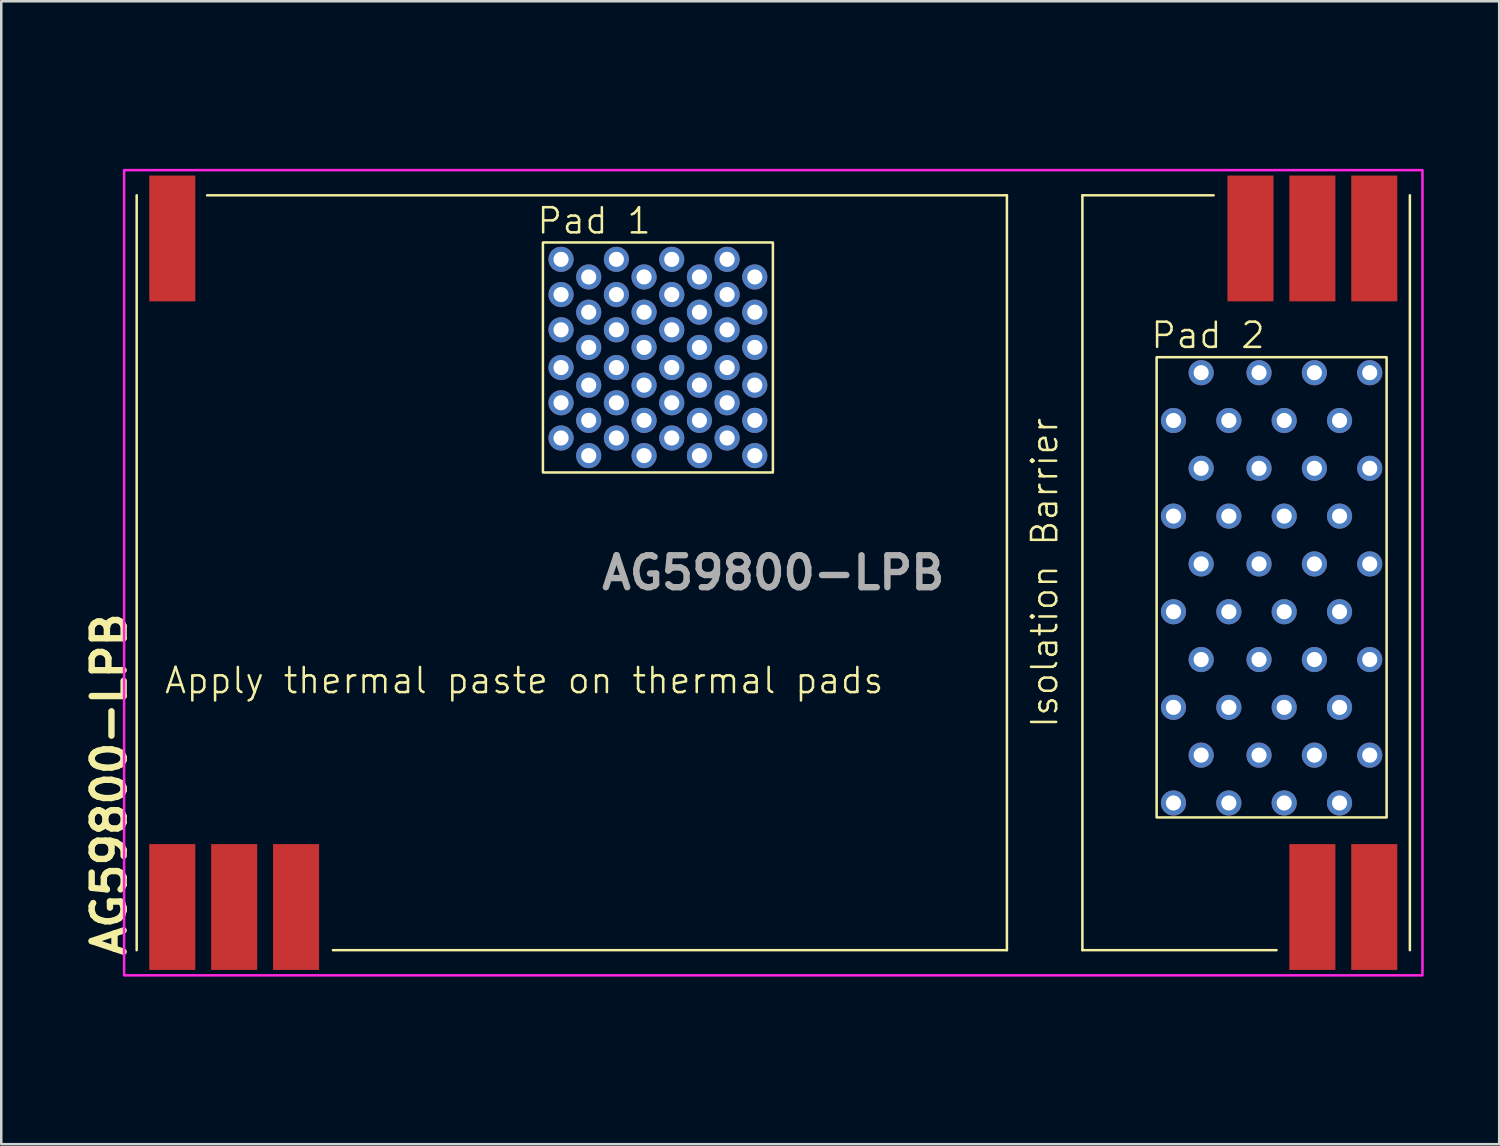
<source format=kicad_pcb>
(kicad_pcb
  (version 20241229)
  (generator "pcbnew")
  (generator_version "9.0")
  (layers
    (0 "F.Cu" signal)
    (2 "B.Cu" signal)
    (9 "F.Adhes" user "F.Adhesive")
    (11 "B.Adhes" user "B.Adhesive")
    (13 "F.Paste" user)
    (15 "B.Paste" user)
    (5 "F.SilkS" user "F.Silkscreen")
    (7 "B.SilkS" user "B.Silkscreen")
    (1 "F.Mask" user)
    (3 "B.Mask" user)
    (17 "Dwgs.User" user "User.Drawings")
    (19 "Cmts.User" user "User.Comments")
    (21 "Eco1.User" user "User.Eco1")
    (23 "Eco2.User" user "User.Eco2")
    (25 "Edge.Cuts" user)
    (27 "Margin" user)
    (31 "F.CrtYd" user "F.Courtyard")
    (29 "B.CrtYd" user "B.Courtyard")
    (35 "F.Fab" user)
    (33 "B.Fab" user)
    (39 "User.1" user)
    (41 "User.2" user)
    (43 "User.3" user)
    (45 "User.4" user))
  (footprint "AG59800-LPB"
    (layer "F.Cu")
    (at 27.682 19.712)
    (property "Reference" "AG59800-LPB" (at -25.65 15.35 90) (layer "F.SilkS") (effects (font (size 1.27 1.27) (thickness 0.254)) (justify left bottom)))
    (attr through_hole)
    (fp_line (start -25.3 15) (end -25.3 -15) (stroke (width 0.1) (type default)) (layer "F.SilkS"))
    (fp_line (start -22.5 -15) (end 9.285 -15) (stroke (width 0.1) (type default)) (layer "F.SilkS"))
    (fp_line (start 9.285 15) (end -17.5 15) (stroke (width 0.1) (type default)) (layer "F.SilkS"))
    (fp_line (start 9.285 15) (end 9.285 -15) (stroke (width 0.1) (type default)) (layer "F.SilkS"))
    (fp_line (start 12.285 -15) (end 12.285 15) (stroke (width 0.1) (type default)) (layer "F.SilkS"))
    (fp_line (start 12.285 -15) (end 17.5 -15) (stroke (width 0.1) (type default)) (layer "F.SilkS"))
    (fp_line (start 20 15) (end 12.285 15) (stroke (width 0.1) (type default)) (layer "F.SilkS"))
    (fp_line (start 25.3 -15) (end 25.3 15) (stroke (width 0.1) (type default)) (layer "F.SilkS"))
    (fp_rect (start -9.155 -13.125) (end -0.015 -3.985) (stroke (width 0.1) (type solid)) (fill no) (layer "F.SilkS"))
    (fp_rect (start 15.235 -8.565) (end 24.375 9.725) (stroke (width 0.1) (type solid)) (fill no) (layer "F.SilkS"))
    (fp_rect (start -25.8 -16) (end 25.8 16) (stroke (width 0.1) (type solid)) (fill no) (layer "F.CrtYd"))
    (fp_text user "Apply thermal paste on thermal pads" (at -24.25 3.7 0) (unlocked yes) (layer "F.SilkS") (effects (font (size 1 1) (thickness 0.1)) (justify left top)))
    (fp_text user "Pad 2" (at 14.95 -8.85 0) (unlocked yes) (layer "F.SilkS") (effects (font (size 1 1) (thickness 0.1)) (justify left bottom)))
    (fp_text user "Pad 1" (at -9.45 -13.4 0) (unlocked yes) (layer "F.SilkS") (effects (font (size 1 1) (thickness 0.1)) (justify left bottom)))
    (fp_text user "Isolation Barrier" (at 10.785 0 90) (unlocked yes) (layer "F.SilkS") (effects (font (size 1 1) (thickness 0.1))))
    (fp_text user "${REFERENCE}" (at 0 0 0) (layer "F.Fab") (effects (font (size 1.27 1.27) (thickness 0.254))))
    (pad "1" smd rect (at -23.885 13.285 90) (size 5 1.83) (property pad_prop_heatsink) (layers "F.Cu" "F.Mask" "F.Paste"))
    (pad "2" smd rect (at -21.425 13.285 90) (size 5 1.83) (property pad_prop_heatsink) (layers "F.Cu" "F.Mask" "F.Paste"))
    (pad "3" smd rect (at -18.965 13.285 90) (size 5 1.83) (property pad_prop_heatsink) (layers "F.Cu" "F.Mask" "F.Paste"))
    (pad "4" smd rect (at 21.425 13.285 90) (size 5 1.83) (property pad_prop_heatsink) (layers "F.Cu" "F.Mask" "F.Paste"))
    (pad "5" smd rect (at 23.885 13.285 90) (size 5 1.83) (property pad_prop_heatsink) (layers "F.Cu" "F.Mask" "F.Paste"))
    (pad "6" smd rect (at 23.885 -13.285 90) (size 5 1.83) (property pad_prop_heatsink) (layers "F.Cu" "F.Mask" "F.Paste"))
    (pad "7" smd rect (at 21.425 -13.285 90) (size 5 1.83) (property pad_prop_heatsink) (layers "F.Cu" "F.Mask" "F.Paste"))
    (pad "8" smd rect (at 18.965 -13.285 90) (size 5 1.83) (property pad_prop_heatsink) (layers "F.Cu" "F.Mask" "F.Paste"))
    (pad "9" smd rect (at -23.885 -13.285 90) (size 5 1.83) (property pad_prop_heatsink) (layers "F.Cu" "F.Mask" "F.Paste"))
    (pad "10" thru_hole circle (at -8.435 -12.455) (size 1 1) (drill 0.6) (property pad_prop_heatsink) (layers "*.Cu" "*.Mask"))
    (pad "10" thru_hole circle (at -8.435 -11.055) (size 1 1) (drill 0.6) (property pad_prop_heatsink) (layers "*.Cu" "*.Mask"))
    (pad "10" thru_hole circle (at -8.435 -9.655) (size 1 1) (drill 0.6) (property pad_prop_heatsink) (layers "*.Cu" "*.Mask"))
    (pad "10" thru_hole circle (at -8.435 -8.155) (size 1 1) (drill 0.6) (property pad_prop_heatsink) (layers "*.Cu" "*.Mask"))
    (pad "10" thru_hole circle (at -8.435 -6.755) (size 1 1) (drill 0.6) (property pad_prop_heatsink) (layers "*.Cu" "*.Mask"))
    (pad "10" thru_hole circle (at -8.435 -5.355) (size 1 1) (drill 0.6) (property pad_prop_heatsink) (layers "*.Cu" "*.Mask"))
    (pad "10" thru_hole circle (at -7.335 -11.755) (size 1 1) (drill 0.6) (property pad_prop_heatsink) (layers "*.Cu" "*.Mask"))
    (pad "10" thru_hole circle (at -7.335 -10.355) (size 1 1) (drill 0.6) (property pad_prop_heatsink) (layers "*.Cu" "*.Mask"))
    (pad "10" thru_hole circle (at -7.335 -8.955) (size 1 1) (drill 0.6) (property pad_prop_heatsink) (layers "*.Cu" "*.Mask"))
    (pad "10" thru_hole circle (at -7.335 -7.455) (size 1 1) (drill 0.6) (property pad_prop_heatsink) (layers "*.Cu" "*.Mask"))
    (pad "10" thru_hole circle (at -7.335 -6.055) (size 1 1) (drill 0.6) (property pad_prop_heatsink) (layers "*.Cu" "*.Mask"))
    (pad "10" thru_hole circle (at -7.335 -4.655) (size 1 1) (drill 0.6) (property pad_prop_heatsink) (layers "*.Cu" "*.Mask"))
    (pad "10" thru_hole circle (at -6.235 -12.455) (size 1 1) (drill 0.6) (property pad_prop_heatsink) (layers "*.Cu" "*.Mask"))
    (pad "10" thru_hole circle (at -6.235 -11.055) (size 1 1) (drill 0.6) (property pad_prop_heatsink) (layers "*.Cu" "*.Mask"))
    (pad "10" thru_hole circle (at -6.235 -9.655) (size 1 1) (drill 0.6) (property pad_prop_heatsink) (layers "*.Cu" "*.Mask"))
    (pad "10" thru_hole circle (at -6.235 -8.155) (size 1 1) (drill 0.6) (property pad_prop_heatsink) (layers "*.Cu" "*.Mask"))
    (pad "10" thru_hole circle (at -6.235 -6.755) (size 1 1) (drill 0.6) (property pad_prop_heatsink) (layers "*.Cu" "*.Mask"))
    (pad "10" thru_hole circle (at -6.235 -5.355) (size 1 1) (drill 0.6) (property pad_prop_heatsink) (layers "*.Cu" "*.Mask"))
    (pad "10" thru_hole circle (at -5.135 -11.755) (size 1 1) (drill 0.6) (property pad_prop_heatsink) (layers "*.Cu" "*.Mask"))
    (pad "10" thru_hole circle (at -5.135 -10.355) (size 1 1) (drill 0.6) (property pad_prop_heatsink) (layers "*.Cu" "*.Mask"))
    (pad "10" thru_hole circle (at -5.135 -8.955) (size 1 1) (drill 0.6) (property pad_prop_heatsink) (layers "*.Cu" "*.Mask"))
    (pad "10" thru_hole circle (at -5.135 -7.455) (size 1 1) (drill 0.6) (property pad_prop_heatsink) (layers "*.Cu" "*.Mask"))
    (pad "10" thru_hole circle (at -5.135 -6.055) (size 1 1) (drill 0.6) (property pad_prop_heatsink) (layers "*.Cu" "*.Mask"))
    (pad "10" thru_hole circle (at -5.135 -4.655) (size 1 1) (drill 0.6) (property pad_prop_heatsink) (layers "*.Cu" "*.Mask"))
    (pad "10" thru_hole circle (at -4.035 -12.455) (size 1 1) (drill 0.6) (property pad_prop_heatsink) (layers "*.Cu" "*.Mask"))
    (pad "10" thru_hole circle (at -4.035 -11.055) (size 1 1) (drill 0.6) (property pad_prop_heatsink) (layers "*.Cu" "*.Mask"))
    (pad "10" thru_hole circle (at -4.035 -9.655) (size 1 1) (drill 0.6) (property pad_prop_heatsink) (layers "*.Cu" "*.Mask"))
    (pad "10" thru_hole circle (at -4.035 -8.155) (size 1 1) (drill 0.6) (property pad_prop_heatsink) (layers "*.Cu" "*.Mask"))
    (pad "10" thru_hole circle (at -4.035 -6.755) (size 1 1) (drill 0.6) (property pad_prop_heatsink) (layers "*.Cu" "*.Mask"))
    (pad "10" thru_hole circle (at -4.035 -5.355) (size 1 1) (drill 0.6) (property pad_prop_heatsink) (layers "*.Cu" "*.Mask"))
    (pad "10" thru_hole circle (at -2.935 -11.755) (size 1 1) (drill 0.6) (property pad_prop_heatsink) (layers "*.Cu" "*.Mask"))
    (pad "10" thru_hole circle (at -2.935 -10.355) (size 1 1) (drill 0.6) (property pad_prop_heatsink) (layers "*.Cu" "*.Mask"))
    (pad "10" thru_hole circle (at -2.935 -8.955) (size 1 1) (drill 0.6) (property pad_prop_heatsink) (layers "*.Cu" "*.Mask"))
    (pad "10" thru_hole circle (at -2.935 -7.455) (size 1 1) (drill 0.6) (property pad_prop_heatsink) (layers "*.Cu" "*.Mask"))
    (pad "10" thru_hole circle (at -2.935 -6.055) (size 1 1) (drill 0.6) (property pad_prop_heatsink) (layers "*.Cu" "*.Mask"))
    (pad "10" thru_hole circle (at -2.935 -4.655) (size 1 1) (drill 0.6) (property pad_prop_heatsink) (layers "*.Cu" "*.Mask"))
    (pad "10" thru_hole circle (at -1.835 -12.455) (size 1 1) (drill 0.6) (property pad_prop_heatsink) (layers "*.Cu" "*.Mask"))
    (pad "10" thru_hole circle (at -1.835 -11.055) (size 1 1) (drill 0.6) (property pad_prop_heatsink) (layers "*.Cu" "*.Mask"))
    (pad "10" thru_hole circle (at -1.835 -9.655) (size 1 1) (drill 0.6) (property pad_prop_heatsink) (layers "*.Cu" "*.Mask"))
    (pad "10" thru_hole circle (at -1.835 -8.155) (size 1 1) (drill 0.6) (property pad_prop_heatsink) (layers "*.Cu" "*.Mask"))
    (pad "10" thru_hole circle (at -1.835 -6.755) (size 1 1) (drill 0.6) (property pad_prop_heatsink) (layers "*.Cu" "*.Mask"))
    (pad "10" thru_hole circle (at -1.835 -5.355) (size 1 1) (drill 0.6) (property pad_prop_heatsink) (layers "*.Cu" "*.Mask"))
    (pad "10" thru_hole circle (at -0.735 -11.755) (size 1 1) (drill 0.6) (property pad_prop_heatsink) (layers "*.Cu" "*.Mask"))
    (pad "10" thru_hole circle (at -0.735 -10.355) (size 1 1) (drill 0.6) (property pad_prop_heatsink) (layers "*.Cu" "*.Mask"))
    (pad "10" thru_hole circle (at -0.735 -8.955) (size 1 1) (drill 0.6) (property pad_prop_heatsink) (layers "*.Cu" "*.Mask"))
    (pad "10" thru_hole circle (at -0.735 -7.455) (size 1 1) (drill 0.6) (property pad_prop_heatsink) (layers "*.Cu" "*.Mask"))
    (pad "10" thru_hole circle (at -0.735 -6.055) (size 1 1) (drill 0.6) (property pad_prop_heatsink) (layers "*.Cu" "*.Mask"))
    (pad "10" thru_hole circle (at -0.735 -4.655) (size 1 1) (drill 0.6) (property pad_prop_heatsink) (layers "*.Cu" "*.Mask"))
    (pad "11" thru_hole circle (at 15.905 -6.05) (size 1 1) (drill 0.6) (property pad_prop_heatsink) (layers "*.Cu" "*.Mask"))
    (pad "11" thru_hole circle (at 15.905 -2.25) (size 1 1) (drill 0.6) (property pad_prop_heatsink) (layers "*.Cu" "*.Mask"))
    (pad "11" thru_hole circle (at 15.905 1.55) (size 1 1) (drill 0.6) (property pad_prop_heatsink) (layers "*.Cu" "*.Mask"))
    (pad "11" thru_hole circle (at 15.905 5.35) (size 1 1) (drill 0.6) (property pad_prop_heatsink) (layers "*.Cu" "*.Mask"))
    (pad "11" thru_hole circle (at 15.905 9.15) (size 1 1) (drill 0.6) (property pad_prop_heatsink) (layers "*.Cu" "*.Mask"))
    (pad "11" thru_hole circle (at 17.005 -7.95) (size 1 1) (drill 0.6) (property pad_prop_heatsink) (layers "*.Cu" "*.Mask"))
    (pad "11" thru_hole circle (at 17.005 -4.15) (size 1 1) (drill 0.6) (property pad_prop_heatsink) (layers "*.Cu" "*.Mask"))
    (pad "11" thru_hole circle (at 17.005 -0.35) (size 1 1) (drill 0.6) (property pad_prop_heatsink) (layers "*.Cu" "*.Mask"))
    (pad "11" thru_hole circle (at 17.005 3.45) (size 1 1) (drill 0.6) (property pad_prop_heatsink) (layers "*.Cu" "*.Mask"))
    (pad "11" thru_hole circle (at 17.005 7.25) (size 1 1) (drill 0.6) (property pad_prop_heatsink) (layers "*.Cu" "*.Mask"))
    (pad "11" thru_hole circle (at 18.105 -6.05) (size 1 1) (drill 0.6) (property pad_prop_heatsink) (layers "*.Cu" "*.Mask"))
    (pad "11" thru_hole circle (at 18.105 -2.25) (size 1 1) (drill 0.6) (property pad_prop_heatsink) (layers "*.Cu" "*.Mask"))
    (pad "11" thru_hole circle (at 18.105 1.55) (size 1 1) (drill 0.6) (property pad_prop_heatsink) (layers "*.Cu" "*.Mask"))
    (pad "11" thru_hole circle (at 18.105 5.35) (size 1 1) (drill 0.6) (property pad_prop_heatsink) (layers "*.Cu" "*.Mask"))
    (pad "11" thru_hole circle (at 18.105 9.15) (size 1 1) (drill 0.6) (property pad_prop_heatsink) (layers "*.Cu" "*.Mask"))
    (pad "11" thru_hole circle (at 19.305 -7.95) (size 1 1) (drill 0.6) (property pad_prop_heatsink) (layers "*.Cu" "*.Mask"))
    (pad "11" thru_hole circle (at 19.305 -4.15) (size 1 1) (drill 0.6) (property pad_prop_heatsink) (layers "*.Cu" "*.Mask"))
    (pad "11" thru_hole circle (at 19.305 -0.35) (size 1 1) (drill 0.6) (property pad_prop_heatsink) (layers "*.Cu" "*.Mask"))
    (pad "11" thru_hole circle (at 19.305 3.45) (size 1 1) (drill 0.6) (property pad_prop_heatsink) (layers "*.Cu" "*.Mask"))
    (pad "11" thru_hole circle (at 19.305 7.25) (size 1 1) (drill 0.6) (property pad_prop_heatsink) (layers "*.Cu" "*.Mask"))
    (pad "11" thru_hole circle (at 20.305 -6.05) (size 1 1) (drill 0.6) (property pad_prop_heatsink) (layers "*.Cu" "*.Mask"))
    (pad "11" thru_hole circle (at 20.305 -2.25) (size 1 1) (drill 0.6) (property pad_prop_heatsink) (layers "*.Cu" "*.Mask"))
    (pad "11" thru_hole circle (at 20.305 1.55) (size 1 1) (drill 0.6) (property pad_prop_heatsink) (layers "*.Cu" "*.Mask"))
    (pad "11" thru_hole circle (at 20.305 5.35) (size 1 1) (drill 0.6) (property pad_prop_heatsink) (layers "*.Cu" "*.Mask"))
    (pad "11" thru_hole circle (at 20.305 9.15) (size 1 1) (drill 0.6) (property pad_prop_heatsink) (layers "*.Cu" "*.Mask"))
    (pad "11" thru_hole circle (at 21.505 -7.95) (size 1 1) (drill 0.6) (property pad_prop_heatsink) (layers "*.Cu" "*.Mask"))
    (pad "11" thru_hole circle (at 21.505 -4.15) (size 1 1) (drill 0.6) (property pad_prop_heatsink) (layers "*.Cu" "*.Mask"))
    (pad "11" thru_hole circle (at 21.505 -0.35) (size 1 1) (drill 0.6) (property pad_prop_heatsink) (layers "*.Cu" "*.Mask"))
    (pad "11" thru_hole circle (at 21.505 3.45) (size 1 1) (drill 0.6) (property pad_prop_heatsink) (layers "*.Cu" "*.Mask"))
    (pad "11" thru_hole circle (at 21.505 7.25) (size 1 1) (drill 0.6) (property pad_prop_heatsink) (layers "*.Cu" "*.Mask"))
    (pad "11" thru_hole circle (at 22.505 -6.05) (size 1 1) (drill 0.6) (property pad_prop_heatsink) (layers "*.Cu" "*.Mask"))
    (pad "11" thru_hole circle (at 22.505 -2.25) (size 1 1) (drill 0.6) (property pad_prop_heatsink) (layers "*.Cu" "*.Mask"))
    (pad "11" thru_hole circle (at 22.505 1.55) (size 1 1) (drill 0.6) (property pad_prop_heatsink) (layers "*.Cu" "*.Mask"))
    (pad "11" thru_hole circle (at 22.505 5.35) (size 1 1) (drill 0.6) (property pad_prop_heatsink) (layers "*.Cu" "*.Mask"))
    (pad "11" thru_hole circle (at 22.505 9.15) (size 1 1) (drill 0.6) (property pad_prop_heatsink) (layers "*.Cu" "*.Mask"))
    (pad "11" thru_hole circle (at 23.705 -7.95) (size 1 1) (drill 0.6) (property pad_prop_heatsink) (layers "*.Cu" "*.Mask"))
    (pad "11" thru_hole circle (at 23.705 -4.15) (size 1 1) (drill 0.6) (property pad_prop_heatsink) (layers "*.Cu" "*.Mask"))
    (pad "11" thru_hole circle (at 23.705 -0.35) (size 1 1) (drill 0.6) (property pad_prop_heatsink) (layers "*.Cu" "*.Mask"))
    (pad "11" thru_hole circle (at 23.705 3.45) (size 1 1) (drill 0.6) (property pad_prop_heatsink) (layers "*.Cu" "*.Mask"))
    (pad "11" thru_hole circle (at 23.705 7.25) (size 1 1) (drill 0.6) (property pad_prop_heatsink) (layers "*.Cu" "*.Mask"))
    (zone (net_name "") (layers "F.Cu" "B.Cu") (name "Keepout Area") (hatch edge 0.5) (connect_pads) (min_thickness 0.25) (filled_areas_thickness no) (keepout (tracks not_allowed) (vias not_allowed) (pads not_allowed) (copperpour not_allowed) (footprints allowed)) (placement (enabled no)) (fill) (polygon (pts (xy 39.964 39.424) (xy 36.964 39.424) (xy 36.964 0) (xy 39.964 0))))
    (zone (net_name "") (layers "F.Cu" "B.Cu") (name "Heatpad 1") (hatch edge 0.5) (connect_pads) (min_thickness 0.25) (filled_areas_thickness no) (keepout (tracks not_allowed) (vias allowed) (pads allowed) (copperpour allowed) (footprints not_allowed)) (placement (enabled no)) (fill) (polygon (pts (xy 18.527 6.587) (xy 27.667 6.587) (xy 27.667 15.727) (xy 18.527 15.727))))
    (zone (net_name "") (layers "F.Cu" "B.Cu") (name "Heatpad 2") (hatch edge 0.5) (connect_pads) (min_thickness 0.25) (filled_areas_thickness no) (keepout (tracks not_allowed) (vias allowed) (pads allowed) (copperpour allowed) (footprints not_allowed)) (placement (enabled no)) (fill) (polygon (pts (xy 42.917 11.147) (xy 52.057 11.147) (xy 52.057 29.437) (xy 42.917 29.437)))))
  (gr_rect
    (start -3 -3)
    (end 56.532 42.424)
    (stroke (width 0.1) (type default))
    (fill no)
    (layer "Edge.Cuts")))
</source>
